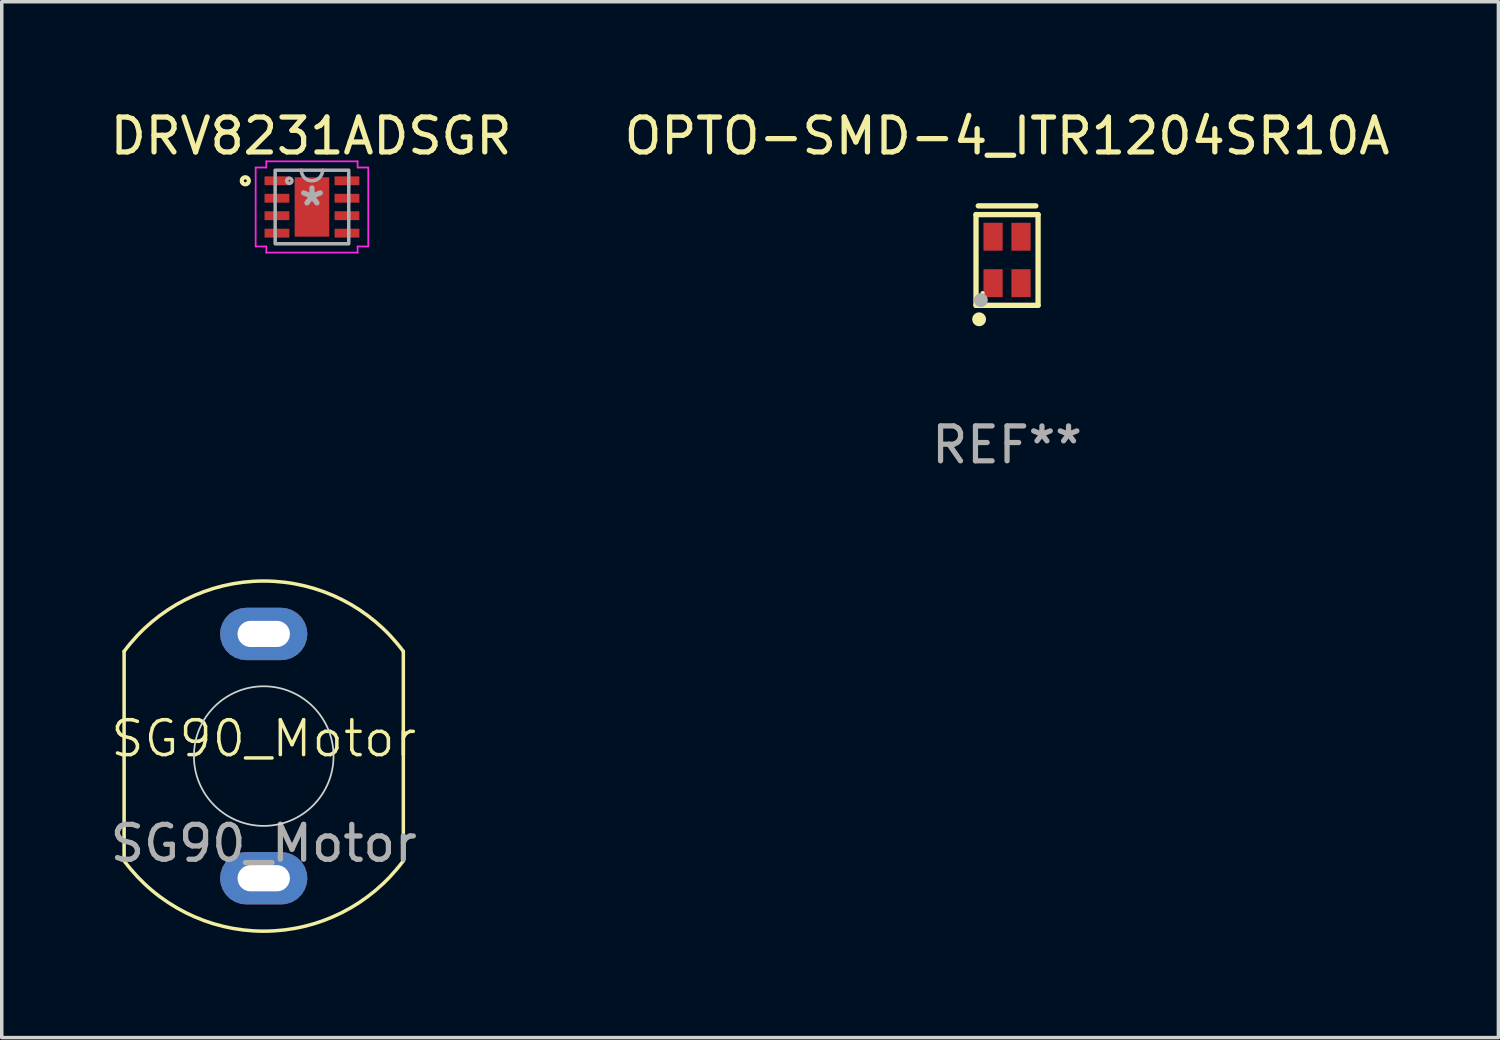
<source format=kicad_pcb>
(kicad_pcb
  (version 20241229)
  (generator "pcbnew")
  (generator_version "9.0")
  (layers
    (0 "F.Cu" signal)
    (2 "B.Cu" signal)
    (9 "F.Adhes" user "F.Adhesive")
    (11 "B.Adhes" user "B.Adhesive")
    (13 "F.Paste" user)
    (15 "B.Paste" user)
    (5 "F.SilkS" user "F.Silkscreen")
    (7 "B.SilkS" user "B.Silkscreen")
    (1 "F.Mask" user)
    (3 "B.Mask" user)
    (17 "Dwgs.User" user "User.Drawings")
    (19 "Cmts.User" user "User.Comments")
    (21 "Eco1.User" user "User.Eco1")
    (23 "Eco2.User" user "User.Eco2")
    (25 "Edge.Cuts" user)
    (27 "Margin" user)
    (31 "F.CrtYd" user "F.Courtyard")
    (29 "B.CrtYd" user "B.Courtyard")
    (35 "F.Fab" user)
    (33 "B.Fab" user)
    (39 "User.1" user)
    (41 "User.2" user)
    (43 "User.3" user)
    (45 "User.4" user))
  (footprint "SG90_Motor"
    (layer "F.Cu")
    (at 4.506 18.613)
    (property "Reference" "SG90_Motor" (at 0 -0.5 0) (unlocked yes) (layer "F.SilkS") (effects (font (size 1 1) (thickness 0.1))))
    (attr through_hole)
    (fp_line (start -4 -3) (end -4 3) (stroke (width 0.1) (type default)) (layer "F.SilkS"))
    (fp_line (start 4 -3) (end 4 3) (stroke (width 0.1) (type default)) (layer "F.SilkS"))
    (fp_arc (start -4 -3) (mid 0 -5.016166) (end 4 -3) (stroke (width 0.1) (type default)) (layer "F.SilkS"))
    (fp_arc (start 4 3) (mid 0 5.016167) (end -4 3) (stroke (width 0.1) (type default)) (layer "F.SilkS"))
    (fp_circle (center 0 0) (end 2 0) (stroke (width 0.05) (type default)) (fill no) (layer "Edge.Cuts"))
    (fp_text user "${REFERENCE}" (at 0 2.5 0) (unlocked yes) (layer "F.Fab") (effects (font (size 1 1) (thickness 0.15))))
    (pad "1" thru_hole roundrect (at 0 -3.5) (size 2.5 1.5) (drill oval 1.5 0.75) (layers "*.Cu" "*.Mask") (roundrect_rratio 0.5))
    (pad "2" thru_hole roundrect (at 0 3.5) (size 2.5 1.5) (drill oval 1.5 0.75) (layers "*.Cu" "*.Mask") (roundrect_rratio 0.5)))
  (footprint "OPTO-SMD-4_ITR1204SR10A"
    (layer "F.Cu")
    (at 25.803 4.398)
    (property "Reference" "OPTO-SMD-4_ITR1204SR10A" (at 0.000102 -3.55 0) (layer "F.SilkS") (effects (font (size 1 1) (thickness 0.15))))
    (attr smd)
    (fp_line (start -0.889 -1.3) (end 0.889 -1.3) (stroke (width 0.152) (type solid)) (layer "F.SilkS"))
    (fp_line (start -0.889 1.3) (end -0.889 -1.3) (stroke (width 0.152) (type solid)) (layer "F.SilkS"))
    (fp_line (start -0.889 1.3) (end 0.889 1.3) (stroke (width 0.152) (type solid)) (layer "F.SilkS"))
    (fp_line (start -0.825 -1.55) (end 0.825 -1.55) (stroke (width 0.152) (type solid)) (layer "F.SilkS"))
    (fp_line (start 0.889 1.3) (end 0.889 -1.3) (stroke (width 0.152) (type solid)) (layer "F.SilkS"))
    (fp_circle (center -0.8 1.7) (end -0.7 1.7) (stroke (width 0.2) (type solid)) (fill no) (layer "F.SilkS"))
    (fp_circle (center -0.7 0.95) (end -0.67 0.95) (stroke (width 0.06) (type solid)) (fill no) (layer "F.SilkS"))
    (fp_circle (center -0.75 1.15) (end -0.65 1.15) (stroke (width 0.2) (type solid)) (fill no) (layer "F.Fab"))
    (fp_text user "REF**" (at 0.000102 5.3 0) (layer "F.Fab") (effects (font (size 1 1) (thickness 0.15))))
    (pad "1" smd rect (at -0.4 0.665 90) (size 0.8 0.55) (layers "F.Cu" "F.Mask" "F.Paste"))
    (pad "2" smd rect (at 0.4 0.665 90) (size 0.8 0.55) (layers "F.Cu" "F.Mask" "F.Paste"))
    (pad "3" smd rect (at 0.4 -0.665 90) (size 0.8 0.55) (layers "F.Cu" "F.Mask" "F.Paste"))
    (pad "4" smd rect (at -0.4 -0.665 90) (size 0.8 0.55) (layers "F.Cu" "F.Mask" "F.Paste")))
  (footprint "DRV8231ADSGR"
    (layer "F.Cu")
    (at 5.888 2.88)
    (property "Reference" "DRV8231ADSGR" (at -0.025 -2.032 0) (layer "F.SilkS") (effects (font (size 1 1) (thickness 0.15))))
    (attr smd)
    (fp_circle (center -1.91 -0.75) (end -1.808 -0.75) (stroke (width 0.12) (type solid)) (fill no) (layer "F.SilkS"))
    (fp_line (start -1.613 -1.131) (end -1.308 -1.131) (stroke (width 0.05) (type solid)) (layer "F.CrtYd"))
    (fp_line (start -1.613 1.131) (end -1.613 -1.131) (stroke (width 0.05) (type solid)) (layer "F.CrtYd"))
    (fp_line (start -1.613 1.131) (end -1.308 1.131) (stroke (width 0.05) (type solid)) (layer "F.CrtYd"))
    (fp_line (start -1.308 -1.308) (end 1.308 -1.308) (stroke (width 0.05) (type solid)) (layer "F.CrtYd"))
    (fp_line (start -1.308 -1.131) (end -1.308 -1.308) (stroke (width 0.05) (type solid)) (layer "F.CrtYd"))
    (fp_line (start -1.308 1.308) (end -1.308 1.131) (stroke (width 0.05) (type solid)) (layer "F.CrtYd"))
    (fp_line (start 1.308 -1.308) (end 1.308 -1.131) (stroke (width 0.05) (type solid)) (layer "F.CrtYd"))
    (fp_line (start 1.308 -1.131) (end 1.613 -1.131) (stroke (width 0.05) (type solid)) (layer "F.CrtYd"))
    (fp_line (start 1.308 1.131) (end 1.308 1.308) (stroke (width 0.05) (type solid)) (layer "F.CrtYd"))
    (fp_line (start 1.308 1.308) (end -1.308 1.308) (stroke (width 0.05) (type solid)) (layer "F.CrtYd"))
    (fp_line (start 1.613 -1.131) (end 1.613 1.131) (stroke (width 0.05) (type solid)) (layer "F.CrtYd"))
    (fp_line (start 1.613 1.131) (end 1.308 1.131) (stroke (width 0.05) (type solid)) (layer "F.CrtYd"))
    (fp_rect (start -1.054 -1.054) (end 1.054 1.054) (stroke (width 0.1) (type solid)) (fill no) (layer "F.Fab"))
    (fp_arc (start 0.3048 -1.0541) (mid 0 -0.7493) (end -0.3048 -1.0541) (stroke (width 0.1) (type solid)) (layer "F.Fab"))
    (fp_circle (center -0.648 -0.75) (end -0.572 -0.75) (stroke (width 0.1) (type solid)) (fill no) (layer "F.Fab"))
    (fp_text user "*" (at 0 0 0) (layer "F.Fab") (effects (font (size 1 1) (thickness 0.15))))
    (pad "1" smd rect (at -1.003 -0.75) (size 0.711 0.254) (layers "F.Cu" "F.Mask" "F.Paste"))
    (pad "2" smd rect (at -1.003 -0.25) (size 0.711 0.254) (layers "F.Cu" "F.Mask" "F.Paste"))
    (pad "3" smd rect (at -1.003 0.25) (size 0.711 0.254) (layers "F.Cu" "F.Mask" "F.Paste"))
    (pad "4" smd rect (at -1.003 0.75) (size 0.711 0.254) (layers "F.Cu" "F.Mask" "F.Paste"))
    (pad "5" smd rect (at 1.003 0.75) (size 0.711 0.254) (layers "F.Cu" "F.Mask" "F.Paste"))
    (pad "6" smd rect (at 1.003 0.25) (size 0.711 0.254) (layers "F.Cu" "F.Mask" "F.Paste"))
    (pad "7" smd rect (at 1.003 -0.25) (size 0.711 0.254) (layers "F.Cu" "F.Mask" "F.Paste"))
    (pad "8" smd rect (at 1.003 -0.75) (size 0.711 0.254) (layers "F.Cu" "F.Mask" "F.Paste"))
    (pad "9" smd rect (at 0 0) (size 0.991 1.702) (layers "F.Cu" "F.Mask" "F.Paste")))
  (gr_rect
    (start -3 -3)
    (end 39.881 26.679)
    (stroke (width 0.1) (type default))
    (fill no)
    (layer "Edge.Cuts")))
</source>
